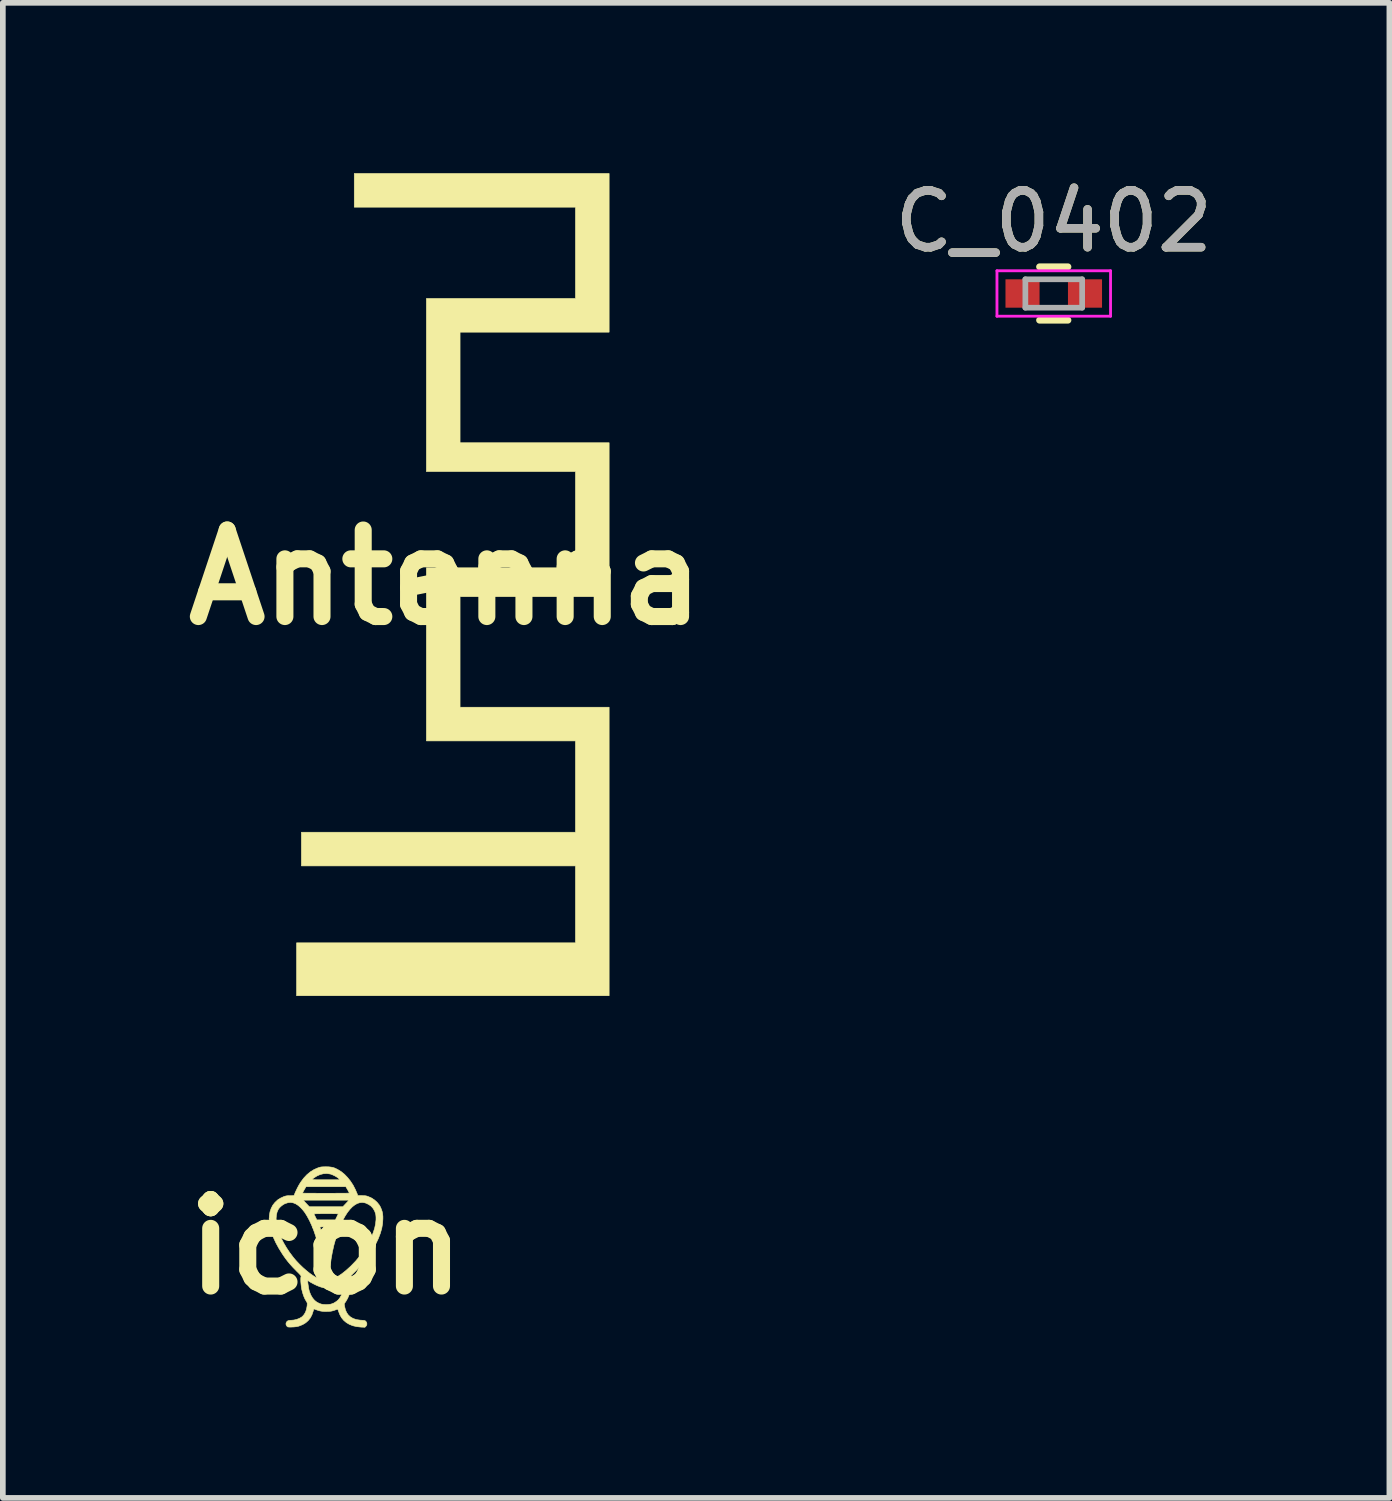
<source format=kicad_pcb>
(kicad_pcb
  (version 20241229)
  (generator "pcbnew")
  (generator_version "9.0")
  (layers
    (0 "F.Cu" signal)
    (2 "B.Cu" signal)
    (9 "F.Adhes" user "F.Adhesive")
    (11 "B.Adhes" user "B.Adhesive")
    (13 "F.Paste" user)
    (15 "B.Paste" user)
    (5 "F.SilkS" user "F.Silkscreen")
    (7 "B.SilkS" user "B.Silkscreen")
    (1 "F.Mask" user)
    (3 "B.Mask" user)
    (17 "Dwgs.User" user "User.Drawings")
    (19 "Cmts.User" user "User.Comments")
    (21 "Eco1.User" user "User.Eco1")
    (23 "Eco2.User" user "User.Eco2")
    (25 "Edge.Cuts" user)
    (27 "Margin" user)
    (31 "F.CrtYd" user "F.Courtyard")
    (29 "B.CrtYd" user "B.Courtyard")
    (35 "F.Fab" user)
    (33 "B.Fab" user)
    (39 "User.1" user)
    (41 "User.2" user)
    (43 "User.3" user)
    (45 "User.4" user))
  (footprint "C_0402"
    (layer "F.Cu")
    (at 15.505 2.118)
    (property "Reference" "C_0402" (at 0 -1.27 0) (layer "F.SilkS") (effects (font (size 1 1) (thickness 0.15))))
    (attr smd)
    (fp_line (start -0.25 0.47) (end 0.25 0.47) (stroke (width 0.12) (type solid)) (layer "F.SilkS"))
    (fp_line (start 0.25 -0.47) (end -0.25 -0.47) (stroke (width 0.12) (type solid)) (layer "F.SilkS"))
    (fp_line (start -1 -0.4) (end -1 0.4) (stroke (width 0.05) (type solid)) (layer "F.CrtYd"))
    (fp_line (start -1 -0.4) (end 1 -0.4) (stroke (width 0.05) (type solid)) (layer "F.CrtYd"))
    (fp_line (start 1 0.4) (end -1 0.4) (stroke (width 0.05) (type solid)) (layer "F.CrtYd"))
    (fp_line (start 1 0.4) (end 1 -0.4) (stroke (width 0.05) (type solid)) (layer "F.CrtYd"))
    (fp_line (start -0.5 -0.25) (end 0.5 -0.25) (stroke (width 0.1) (type solid)) (layer "F.Fab"))
    (fp_line (start -0.5 0.25) (end -0.5 -0.25) (stroke (width 0.1) (type solid)) (layer "F.Fab"))
    (fp_line (start 0.5 -0.25) (end 0.5 0.25) (stroke (width 0.1) (type solid)) (layer "F.Fab"))
    (fp_line (start 0.5 0.25) (end -0.5 0.25) (stroke (width 0.1) (type solid)) (layer "F.Fab"))
    (fp_text user "${REFERENCE}" (at 0 -1.27 0) (layer "F.Fab") (effects (font (size 1 1) (thickness 0.15))))
    (pad "1" smd rect (at -0.55 0) (size 0.6 0.5) (layers "F.Cu" "F.Mask" "F.Paste"))
    (pad "2" smd rect (at 0.55 0) (size 0.6 0.5) (layers "F.Cu" "F.Mask" "F.Paste")))
  (footprint "icon"
    (layer "F.Cu")
    (at 2.692 18.906)
    (property "Reference" "icon" (at 0 0 0) (layer "F.SilkS") (effects (font (size 1.524 1.524) (thickness 0.3))))
    (attr through_hole)
    (fp_poly (pts (xy 0.043 -1.41) (xy 0.081 -1.406) (xy 0.115 -1.4) (xy 0.148 -1.39) (xy 0.182 -1.374) (xy 0.204 -1.363) (xy 0.265 -1.326) (xy 0.323 -1.279) (xy 0.378 -1.222) (xy 0.429 -1.158) (xy 0.476 -1.086) (xy 0.516 -1.008) (xy 0.547 -0.936) (xy 0.559 -0.903) (xy 0.629 -0.903) (xy 0.66 -0.902) (xy 0.683 -0.901) (xy 0.701 -0.899) (xy 0.718 -0.895) (xy 0.736 -0.889) (xy 0.739 -0.888) (xy 0.8 -0.861) (xy 0.853 -0.826) (xy 0.899 -0.784) (xy 0.937 -0.737) (xy 0.958 -0.7) (xy 0.975 -0.659) (xy 0.988 -0.62) (xy 0.996 -0.579) (xy 1 -0.535) (xy 1 -0.494) (xy 0.995 -0.412) (xy 0.98 -0.325) (xy 0.954 -0.236) (xy 0.918 -0.143) (xy 0.872 -0.046) (xy 0.815 0.053) (xy 0.77 0.124) (xy 0.729 0.184) (xy 0.688 0.238) (xy 0.646 0.29) (xy 0.6 0.342) (xy 0.548 0.397) (xy 0.53 0.416) (xy 0.437 0.508) (xy 0.446 0.525) (xy 0.449 0.536) (xy 0.452 0.549) (xy 0.452 0.568) (xy 0.451 0.594) (xy 0.45 0.601) (xy 0.442 0.689) (xy 0.427 0.769) (xy 0.407 0.84) (xy 0.381 0.903) (xy 0.349 0.959) (xy 0.345 0.965) (xy 0.319 1.002) (xy 0.327 1.053) (xy 0.341 1.11) (xy 0.363 1.159) (xy 0.392 1.2) (xy 0.43 1.234) (xy 0.475 1.26) (xy 0.527 1.278) (xy 0.547 1.282) (xy 0.574 1.286) (xy 0.603 1.29) (xy 0.623 1.291) (xy 0.651 1.293) (xy 0.669 1.295) (xy 0.682 1.298) (xy 0.69 1.302) (xy 0.697 1.308) (xy 0.702 1.313) (xy 0.715 1.335) (xy 0.719 1.359) (xy 0.712 1.383) (xy 0.701 1.398) (xy 0.684 1.415) (xy 0.614 1.412) (xy 0.539 1.404) (xy 0.471 1.388) (xy 0.41 1.364) (xy 0.356 1.332) (xy 0.31 1.293) (xy 0.271 1.246) (xy 0.241 1.191) (xy 0.222 1.142) (xy 0.214 1.118) (xy 0.209 1.104) (xy 0.204 1.097) (xy 0.199 1.097) (xy 0.199 1.097) (xy 0.19 1.1) (xy 0.174 1.106) (xy 0.153 1.114) (xy 0.144 1.117) (xy 0.121 1.124) (xy 0.102 1.129) (xy 0.081 1.133) (xy 0.055 1.135) (xy 0.024 1.136) (xy -0.025 1.137) (xy -0.067 1.134) (xy -0.104 1.128) (xy -0.141 1.118) (xy -0.167 1.109) (xy -0.187 1.102) (xy -0.203 1.096) (xy -0.212 1.093) (xy -0.213 1.093) (xy -0.217 1.098) (xy -0.221 1.111) (xy -0.226 1.129) (xy -0.227 1.13) (xy -0.248 1.193) (xy -0.277 1.249) (xy -0.314 1.296) (xy -0.359 1.336) (xy -0.412 1.368) (xy -0.472 1.392) (xy -0.491 1.398) (xy -0.514 1.403) (xy -0.542 1.407) (xy -0.573 1.41) (xy -0.604 1.411) (xy -0.633 1.412) (xy -0.656 1.411) (xy -0.673 1.409) (xy -0.677 1.408) (xy -0.691 1.395) (xy -0.702 1.377) (xy -0.707 1.358) (xy -0.707 1.356) (xy -0.702 1.333) (xy -0.689 1.313) (xy -0.671 1.3) (xy -0.655 1.296) (xy -0.633 1.293) (xy -0.617 1.292) (xy -0.568 1.288) (xy -0.519 1.277) (xy -0.474 1.26) (xy -0.434 1.238) (xy -0.413 1.221) (xy -0.384 1.187) (xy -0.361 1.145) (xy -0.344 1.095) (xy -0.334 1.038) (xy -0.333 1.026) (xy -0.332 1.005) (xy -0.332 0.99) (xy -0.336 0.979) (xy -0.343 0.967) (xy -0.347 0.96) (xy -0.372 0.917) (xy -0.394 0.867) (xy -0.413 0.81) (xy -0.428 0.751) (xy -0.433 0.723) (xy -0.438 0.688) (xy -0.442 0.651) (xy -0.445 0.615) (xy -0.446 0.59) (xy -0.325 0.59) (xy -0.323 0.619) (xy -0.318 0.657) (xy -0.312 0.696) (xy -0.306 0.734) (xy -0.299 0.766) (xy -0.292 0.791) (xy -0.268 0.849) (xy -0.238 0.9) (xy -0.202 0.942) (xy -0.16 0.975) (xy -0.112 0.998) (xy -0.081 1.008) (xy -0.053 1.013) (xy -0.018 1.015) (xy 0.018 1.015) (xy 0.053 1.013) (xy 0.082 1.008) (xy 0.085 1.008) (xy 0.136 0.989) (xy 0.182 0.96) (xy 0.213 0.934) (xy 0.241 0.899) (xy 0.267 0.854) (xy 0.289 0.803) (xy 0.307 0.748) (xy 0.319 0.689) (xy 0.324 0.641) (xy 0.328 0.588) (xy 0.312 0.599) (xy 0.264 0.628) (xy 0.215 0.655) (xy 0.166 0.678) (xy 0.119 0.697) (xy 0.075 0.712) (xy 0.036 0.722) (xy 0.003 0.726) (xy -0.012 0.725) (xy -0.057 0.717) (xy -0.107 0.702) (xy -0.162 0.68) (xy -0.218 0.653) (xy -0.275 0.622) (xy -0.31 0.6) (xy -0.325 0.59) (xy -0.446 0.59) (xy -0.446 0.582) (xy -0.446 0.555) (xy -0.444 0.534) (xy -0.442 0.526) (xy -0.44 0.521) (xy -0.44 0.516) (xy -0.442 0.51) (xy -0.447 0.502) (xy -0.456 0.491) (xy -0.47 0.476) (xy -0.49 0.455) (xy -0.517 0.429) (xy -0.529 0.416) (xy -0.583 0.361) (xy -0.63 0.309) (xy -0.673 0.258) (xy -0.714 0.205) (xy -0.754 0.148) (xy -0.77 0.124) (xy -0.831 0.026) (xy -0.884 -0.071) (xy -0.927 -0.164) (xy -0.96 -0.254) (xy -0.984 -0.341) (xy -0.998 -0.424) (xy -1.002 -0.501) (xy -0.88 -0.501) (xy -0.876 -0.437) (xy -0.864 -0.369) (xy -0.846 -0.297) (xy -0.819 -0.223) (xy -0.786 -0.145) (xy -0.745 -0.066) (xy -0.698 0.014) (xy -0.645 0.094) (xy -0.585 0.174) (xy -0.577 0.185) (xy -0.525 0.246) (xy -0.468 0.306) (xy -0.408 0.364) (xy -0.346 0.418) (xy -0.285 0.467) (xy -0.226 0.508) (xy -0.206 0.521) (xy -0.188 0.531) (xy -0.166 0.542) (xy -0.141 0.555) (xy -0.116 0.567) (xy -0.093 0.578) (xy -0.075 0.586) (xy -0.063 0.59) (xy -0.061 0.591) (xy -0.061 0.587) (xy 0.059 0.587) (xy 0.075 0.583) (xy 0.087 0.579) (xy 0.106 0.571) (xy 0.128 0.562) (xy 0.137 0.558) (xy 0.207 0.52) (xy 0.279 0.472) (xy 0.352 0.414) (xy 0.428 0.345) (xy 0.45 0.323) (xy 0.523 0.247) (xy 0.59 0.167) (xy 0.651 0.085) (xy 0.706 0.001) (xy 0.755 -0.083) (xy 0.796 -0.166) (xy 0.829 -0.249) (xy 0.855 -0.329) (xy 0.871 -0.405) (xy 0.879 -0.478) (xy 0.879 -0.494) (xy 0.879 -0.522) (xy 0.877 -0.55) (xy 0.874 -0.572) (xy 0.873 -0.58) (xy 0.855 -0.631) (xy 0.829 -0.676) (xy 0.795 -0.715) (xy 0.752 -0.746) (xy 0.702 -0.77) (xy 0.682 -0.776) (xy 0.639 -0.783) (xy 0.595 -0.779) (xy 0.55 -0.765) (xy 0.506 -0.74) (xy 0.462 -0.706) (xy 0.419 -0.661) (xy 0.376 -0.607) (xy 0.335 -0.543) (xy 0.295 -0.47) (xy 0.293 -0.465) (xy 0.248 -0.367) (xy 0.207 -0.26) (xy 0.17 -0.146) (xy 0.137 -0.028) (xy 0.11 0.093) (xy 0.088 0.216) (xy 0.073 0.337) (xy 0.064 0.455) (xy 0.062 0.485) (xy 0.059 0.587) (xy -0.061 0.587) (xy -0.061 0.585) (xy -0.061 0.571) (xy -0.061 0.549) (xy -0.062 0.521) (xy -0.062 0.49) (xy -0.069 0.379) (xy -0.082 0.267) (xy -0.099 0.154) (xy -0.121 0.041) (xy -0.148 -0.07) (xy -0.16 -0.109) (xy -0.032 -0.109) (xy -0.03 -0.101) (xy -0.026 -0.085) (xy -0.021 -0.063) (xy -0.017 -0.046) (xy -0.011 -0.022) (xy -0.006 -0.004) (xy -0.002 0.008) (xy -0.00027 0.011) (xy 0.002 0.006) (xy 0.006 -0.008) (xy 0.012 -0.028) (xy 0.016 -0.046) (xy 0.022 -0.07) (xy 0.027 -0.09) (xy 0.03 -0.104) (xy 0.032 -0.109) (xy 0.03 -0.113) (xy 0.02 -0.115) (xy 0.001 -0.116) (xy 0.000186 -0.116) (xy -0.02 -0.115) (xy -0.03 -0.113) (xy -0.032 -0.109) (xy -0.16 -0.109) (xy -0.179 -0.177) (xy -0.214 -0.28) (xy -0.24 -0.346) (xy -0.109 -0.346) (xy -0.106 -0.339) (xy -0.1 -0.323) (xy -0.093 -0.302) (xy -0.088 -0.289) (xy -0.071 -0.237) (xy 0.069 -0.237) (xy 0.09 -0.295) (xy 0.11 -0.353) (xy -0.001 -0.353) (xy -0.04 -0.353) (xy -0.069 -0.353) (xy -0.089 -0.352) (xy -0.102 -0.35) (xy -0.108 -0.349) (xy -0.109 -0.346) (xy -0.24 -0.346) (xy -0.252 -0.376) (xy -0.293 -0.465) (xy -0.337 -0.546) (xy -0.359 -0.581) (xy -0.214 -0.581) (xy -0.211 -0.575) (xy -0.205 -0.561) (xy -0.195 -0.541) (xy -0.188 -0.526) (xy -0.163 -0.476) (xy 0.163 -0.476) (xy 0.188 -0.526) (xy 0.198 -0.548) (xy 0.207 -0.566) (xy 0.213 -0.578) (xy 0.214 -0.581) (xy 0.21 -0.582) (xy 0.195 -0.583) (xy 0.171 -0.584) (xy 0.14 -0.584) (xy 0.103 -0.585) (xy 0.06 -0.585) (xy 0.014 -0.585) (xy 0 -0.585) (xy -0.048 -0.585) (xy -0.091 -0.585) (xy -0.13 -0.584) (xy -0.163 -0.584) (xy -0.189 -0.583) (xy -0.206 -0.582) (xy -0.214 -0.581) (xy -0.214 -0.581) (xy -0.359 -0.581) (xy -0.365 -0.591) (xy -0.384 -0.618) (xy -0.408 -0.648) (xy -0.433 -0.676) (xy -0.447 -0.691) (xy -0.491 -0.73) (xy -0.535 -0.758) (xy -0.58 -0.776) (xy -0.624 -0.783) (xy -0.67 -0.779) (xy -0.717 -0.764) (xy -0.741 -0.753) (xy -0.766 -0.737) (xy -0.793 -0.716) (xy -0.818 -0.692) (xy -0.837 -0.668) (xy -0.842 -0.66) (xy -0.863 -0.613) (xy -0.875 -0.56) (xy -0.88 -0.501) (xy -1.002 -0.501) (xy -1.002 -0.503) (xy -0.999 -0.549) (xy -0.988 -0.617) (xy -0.967 -0.679) (xy -0.938 -0.735) (xy -0.899 -0.784) (xy -0.857 -0.823) (xy -0.404 -0.823) (xy -0.295 -0.707) (xy 0.295 -0.707) (xy 0.35 -0.765) (xy 0.404 -0.823) (xy -0.404 -0.823) (xy -0.857 -0.823) (xy -0.853 -0.827) (xy -0.799 -0.861) (xy -0.739 -0.888) (xy -0.719 -0.894) (xy -0.701 -0.898) (xy -0.681 -0.901) (xy -0.656 -0.902) (xy -0.632 -0.902) (xy -0.565 -0.903) (xy -0.552 -0.936) (xy -0.548 -0.947) (xy -0.414 -0.947) (xy -0.409 -0.947) (xy -0.393 -0.946) (xy -0.368 -0.946) (xy -0.335 -0.945) (xy -0.294 -0.945) (xy -0.246 -0.945) (xy -0.193 -0.945) (xy -0.134 -0.944) (xy -0.071 -0.944) (xy -0.005 -0.944) (xy -0.003 -0.944) (xy 0.064 -0.944) (xy 0.127 -0.944) (xy 0.185 -0.945) (xy 0.239 -0.945) (xy 0.287 -0.945) (xy 0.328 -0.945) (xy 0.362 -0.946) (xy 0.387 -0.946) (xy 0.403 -0.947) (xy 0.409 -0.947) (xy 0.409 -0.947) (xy 0.406 -0.955) (xy 0.399 -0.969) (xy 0.389 -0.988) (xy 0.377 -1.01) (xy 0.366 -1.028) (xy 0.347 -1.06) (xy -0.353 -1.06) (xy -0.372 -1.028) (xy -0.384 -1.007) (xy -0.396 -0.986) (xy -0.406 -0.967) (xy -0.412 -0.953) (xy -0.414 -0.947) (xy -0.548 -0.947) (xy -0.531 -0.985) (xy -0.505 -1.039) (xy -0.477 -1.091) (xy -0.448 -1.138) (xy -0.407 -1.194) (xy -0.239 -1.194) (xy -0.239 -1.189) (xy -0.233 -1.186) (xy -0.221 -1.184) (xy -0.203 -1.183) (xy -0.176 -1.182) (xy -0.141 -1.182) (xy -0.098 -1.182) (xy -0.044 -1.182) (xy -0.003 -1.182) (xy 0.245 -1.182) (xy 0.234 -1.193) (xy 0.213 -1.212) (xy 0.185 -1.232) (xy 0.152 -1.251) (xy 0.118 -1.267) (xy 0.085 -1.28) (xy 0.071 -1.284) (xy 0.013 -1.292) (xy -0.045 -1.289) (xy -0.102 -1.275) (xy -0.158 -1.251) (xy -0.201 -1.224) (xy -0.215 -1.214) (xy -0.227 -1.206) (xy -0.235 -1.199) (xy -0.239 -1.194) (xy -0.407 -1.194) (xy -0.396 -1.209) (xy -0.339 -1.27) (xy -0.278 -1.321) (xy -0.212 -1.362) (xy -0.143 -1.392) (xy -0.124 -1.398) (xy -0.107 -1.403) (xy -0.09 -1.407) (xy -0.07 -1.409) (xy -0.046 -1.41) (xy -0.014 -1.411) (xy -0.003 -1.411) (xy 0.043 -1.41)) (stroke (width 0.01) (type solid)) (fill yes) (layer "F.SilkS")))
  (footprint "Antenna"
    (layer "F.Cu")
    (at 4.797 7.117)
    (property "Reference" "Antenna" (at 0 0 0) (layer "F.SilkS") (effects (font (size 1.524 1.524) (thickness 0.3))))
    (attr through_hole)
    (fp_poly (pts (xy 2.879 -4.318) (xy 0.254 -4.318) (xy 0.254 -2.371) (xy 2.879 -2.371) (xy 2.879 0.339) (xy 0.254 0.339) (xy 0.254 2.286) (xy 2.879 2.286) (xy 2.879 7.366) (xy -2.625 7.366) (xy -2.625 6.435) (xy 2.286 6.435) (xy 2.286 5.08) (xy -2.54 5.08) (xy -2.54 4.487) (xy 2.286 4.487) (xy 2.286 2.879) (xy -0.339 2.879) (xy -0.339 -0.169) (xy 2.286 -0.169) (xy 2.286 -1.863) (xy -0.339 -1.863) (xy -0.339 -4.911) (xy 2.286 -4.911) (xy 2.286 -6.519) (xy -1.609 -6.519) (xy -1.609 -7.112) (xy 2.879 -7.112) (xy 2.879 -4.318)) (stroke (width 0.01) (type solid)) (fill yes) (layer "F.SilkS")))
  (gr_rect
    (start -3 -3)
    (end 21.415 23.326)
    (stroke (width 0.1) (type default))
    (fill no)
    (layer "Edge.Cuts")))
</source>
